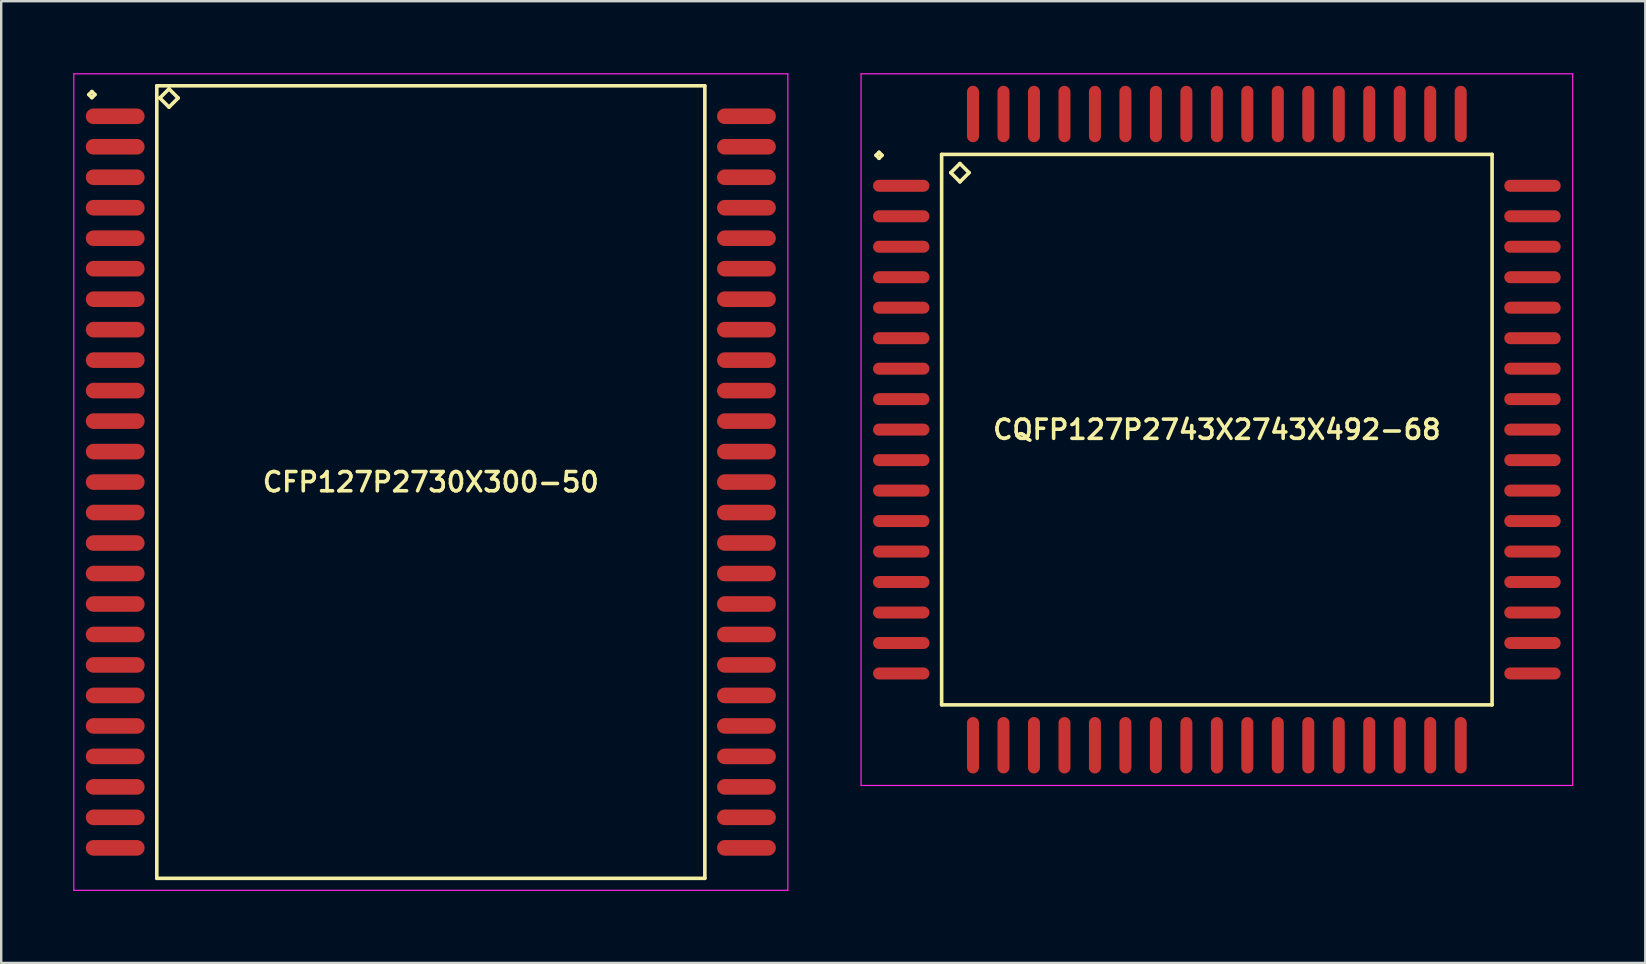
<source format=kicad_pcb>
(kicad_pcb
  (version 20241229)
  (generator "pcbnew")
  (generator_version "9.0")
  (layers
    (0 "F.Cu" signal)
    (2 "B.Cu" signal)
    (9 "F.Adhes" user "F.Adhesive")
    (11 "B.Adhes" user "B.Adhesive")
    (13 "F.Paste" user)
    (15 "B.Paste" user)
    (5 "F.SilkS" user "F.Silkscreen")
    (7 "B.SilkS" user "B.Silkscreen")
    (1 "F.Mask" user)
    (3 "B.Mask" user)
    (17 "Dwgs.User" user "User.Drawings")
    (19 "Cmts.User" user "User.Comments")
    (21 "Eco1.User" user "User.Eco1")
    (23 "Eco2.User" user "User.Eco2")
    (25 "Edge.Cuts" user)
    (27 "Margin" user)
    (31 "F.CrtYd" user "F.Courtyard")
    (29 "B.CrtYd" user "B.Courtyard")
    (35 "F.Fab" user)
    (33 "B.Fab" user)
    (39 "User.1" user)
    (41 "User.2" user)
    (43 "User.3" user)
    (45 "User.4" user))
  (footprint "CFP127P2730X300-50"
    (layer "F.Cu")
    (at 14.9 17.035)
    (property "Reference" "CFP127P2730X300-50" (at 0 0 0) (layer "F.SilkS") (effects (font (size 0.8 0.8) (thickness 0.15))))
    (attr smd)
    (fp_line (start -14.248 -16.144) (end -14.121 -16.271) (stroke (width 0.15) (type solid)) (layer "F.SilkS"))
    (fp_line (start -14.121 -16.271) (end -13.994 -16.144) (stroke (width 0.15) (type solid)) (layer "F.SilkS"))
    (fp_line (start -14.121 -16.017) (end -14.248 -16.144) (stroke (width 0.15) (type solid)) (layer "F.SilkS"))
    (fp_line (start -13.994 -16.144) (end -14.121 -16.017) (stroke (width 0.15) (type solid)) (layer "F.SilkS"))
    (fp_line (start -11.417 -16.51) (end -11.417 16.51) (stroke (width 0.15) (type solid)) (layer "F.SilkS"))
    (fp_line (start -11.417 16.51) (end 11.417 16.51) (stroke (width 0.15) (type solid)) (layer "F.SilkS"))
    (fp_line (start -11.29 -16.002) (end -10.909 -16.383) (stroke (width 0.15) (type solid)) (layer "F.SilkS"))
    (fp_line (start -10.909 -16.383) (end -10.528 -16.002) (stroke (width 0.15) (type solid)) (layer "F.SilkS"))
    (fp_line (start -10.909 -15.621) (end -11.29 -16.002) (stroke (width 0.15) (type solid)) (layer "F.SilkS"))
    (fp_line (start -10.528 -16.002) (end -10.909 -15.621) (stroke (width 0.15) (type solid)) (layer "F.SilkS"))
    (fp_line (start 11.417 -16.51) (end -11.417 -16.51) (stroke (width 0.15) (type solid)) (layer "F.SilkS"))
    (fp_line (start 11.417 16.51) (end 11.417 -16.51) (stroke (width 0.15) (type solid)) (layer "F.SilkS"))
    (fp_line (start -14.875 -17.01) (end 14.875 -17.01) (stroke (width 0.05) (type solid)) (layer "F.CrtYd"))
    (fp_line (start -14.875 17.01) (end -14.875 -17.01) (stroke (width 0.05) (type solid)) (layer "F.CrtYd"))
    (fp_line (start 14.875 -17.01) (end 14.875 17.01) (stroke (width 0.05) (type solid)) (layer "F.CrtYd"))
    (fp_line (start 14.875 17.01) (end -14.875 17.01) (stroke (width 0.05) (type solid)) (layer "F.CrtYd"))
    (pad "1" smd oval (at -13.15 -15.24) (size 2.45 0.65) (layers "F.Cu" "F.Mask" "F.Paste"))
    (pad "2" smd oval (at -13.15 -13.97) (size 2.45 0.65) (layers "F.Cu" "F.Mask" "F.Paste"))
    (pad "3" smd oval (at -13.15 -12.7) (size 2.45 0.65) (layers "F.Cu" "F.Mask" "F.Paste"))
    (pad "4" smd oval (at -13.15 -11.43) (size 2.45 0.65) (layers "F.Cu" "F.Mask" "F.Paste"))
    (pad "5" smd oval (at -13.15 -10.16) (size 2.45 0.65) (layers "F.Cu" "F.Mask" "F.Paste"))
    (pad "6" smd oval (at -13.15 -8.89) (size 2.45 0.65) (layers "F.Cu" "F.Mask" "F.Paste"))
    (pad "7" smd oval (at -13.15 -7.62) (size 2.45 0.65) (layers "F.Cu" "F.Mask" "F.Paste"))
    (pad "8" smd oval (at -13.15 -6.35) (size 2.45 0.65) (layers "F.Cu" "F.Mask" "F.Paste"))
    (pad "9" smd oval (at -13.15 -5.08) (size 2.45 0.65) (layers "F.Cu" "F.Mask" "F.Paste"))
    (pad "10" smd oval (at -13.15 -3.81) (size 2.45 0.65) (layers "F.Cu" "F.Mask" "F.Paste"))
    (pad "11" smd oval (at -13.15 -2.54) (size 2.45 0.65) (layers "F.Cu" "F.Mask" "F.Paste"))
    (pad "12" smd oval (at -13.15 -1.27) (size 2.45 0.65) (layers "F.Cu" "F.Mask" "F.Paste"))
    (pad "13" smd oval (at -13.15 0) (size 2.45 0.65) (layers "F.Cu" "F.Mask" "F.Paste"))
    (pad "14" smd oval (at -13.15 1.27) (size 2.45 0.65) (layers "F.Cu" "F.Mask" "F.Paste"))
    (pad "15" smd oval (at -13.15 2.54) (size 2.45 0.65) (layers "F.Cu" "F.Mask" "F.Paste"))
    (pad "16" smd oval (at -13.15 3.81) (size 2.45 0.65) (layers "F.Cu" "F.Mask" "F.Paste"))
    (pad "17" smd oval (at -13.15 5.08) (size 2.45 0.65) (layers "F.Cu" "F.Mask" "F.Paste"))
    (pad "18" smd oval (at -13.15 6.35) (size 2.45 0.65) (layers "F.Cu" "F.Mask" "F.Paste"))
    (pad "19" smd oval (at -13.15 7.62) (size 2.45 0.65) (layers "F.Cu" "F.Mask" "F.Paste"))
    (pad "20" smd oval (at -13.15 8.89) (size 2.45 0.65) (layers "F.Cu" "F.Mask" "F.Paste"))
    (pad "21" smd oval (at -13.15 10.16) (size 2.45 0.65) (layers "F.Cu" "F.Mask" "F.Paste"))
    (pad "22" smd oval (at -13.15 11.43) (size 2.45 0.65) (layers "F.Cu" "F.Mask" "F.Paste"))
    (pad "23" smd oval (at -13.15 12.7) (size 2.45 0.65) (layers "F.Cu" "F.Mask" "F.Paste"))
    (pad "24" smd oval (at -13.15 13.97) (size 2.45 0.65) (layers "F.Cu" "F.Mask" "F.Paste"))
    (pad "25" smd oval (at -13.15 15.24) (size 2.45 0.65) (layers "F.Cu" "F.Mask" "F.Paste"))
    (pad "26" smd oval (at 13.15 15.24) (size 2.45 0.65) (layers "F.Cu" "F.Mask" "F.Paste"))
    (pad "27" smd oval (at 13.15 13.97) (size 2.45 0.65) (layers "F.Cu" "F.Mask" "F.Paste"))
    (pad "28" smd oval (at 13.15 12.7) (size 2.45 0.65) (layers "F.Cu" "F.Mask" "F.Paste"))
    (pad "29" smd oval (at 13.15 11.43) (size 2.45 0.65) (layers "F.Cu" "F.Mask" "F.Paste"))
    (pad "30" smd oval (at 13.15 10.16) (size 2.45 0.65) (layers "F.Cu" "F.Mask" "F.Paste"))
    (pad "31" smd oval (at 13.15 8.89) (size 2.45 0.65) (layers "F.Cu" "F.Mask" "F.Paste"))
    (pad "32" smd oval (at 13.15 7.62) (size 2.45 0.65) (layers "F.Cu" "F.Mask" "F.Paste"))
    (pad "33" smd oval (at 13.15 6.35) (size 2.45 0.65) (layers "F.Cu" "F.Mask" "F.Paste"))
    (pad "34" smd oval (at 13.15 5.08) (size 2.45 0.65) (layers "F.Cu" "F.Mask" "F.Paste"))
    (pad "35" smd oval (at 13.15 3.81) (size 2.45 0.65) (layers "F.Cu" "F.Mask" "F.Paste"))
    (pad "36" smd oval (at 13.15 2.54) (size 2.45 0.65) (layers "F.Cu" "F.Mask" "F.Paste"))
    (pad "37" smd oval (at 13.15 1.27) (size 2.45 0.65) (layers "F.Cu" "F.Mask" "F.Paste"))
    (pad "38" smd oval (at 13.15 0) (size 2.45 0.65) (layers "F.Cu" "F.Mask" "F.Paste"))
    (pad "39" smd oval (at 13.15 -1.27) (size 2.45 0.65) (layers "F.Cu" "F.Mask" "F.Paste"))
    (pad "40" smd oval (at 13.15 -2.54) (size 2.45 0.65) (layers "F.Cu" "F.Mask" "F.Paste"))
    (pad "41" smd oval (at 13.15 -3.81) (size 2.45 0.65) (layers "F.Cu" "F.Mask" "F.Paste"))
    (pad "42" smd oval (at 13.15 -5.08) (size 2.45 0.65) (layers "F.Cu" "F.Mask" "F.Paste"))
    (pad "43" smd oval (at 13.15 -6.35) (size 2.45 0.65) (layers "F.Cu" "F.Mask" "F.Paste"))
    (pad "44" smd oval (at 13.15 -7.62) (size 2.45 0.65) (layers "F.Cu" "F.Mask" "F.Paste"))
    (pad "45" smd oval (at 13.15 -8.89) (size 2.45 0.65) (layers "F.Cu" "F.Mask" "F.Paste"))
    (pad "46" smd oval (at 13.15 -10.16) (size 2.45 0.65) (layers "F.Cu" "F.Mask" "F.Paste"))
    (pad "47" smd oval (at 13.15 -11.43) (size 2.45 0.65) (layers "F.Cu" "F.Mask" "F.Paste"))
    (pad "48" smd oval (at 13.15 -12.7) (size 2.45 0.65) (layers "F.Cu" "F.Mask" "F.Paste"))
    (pad "49" smd oval (at 13.15 -13.97) (size 2.45 0.65) (layers "F.Cu" "F.Mask" "F.Paste"))
    (pad "50" smd oval (at 13.15 -15.24) (size 2.45 0.65) (layers "F.Cu" "F.Mask" "F.Paste")))
  (footprint "CQFP127P2743X2743X492-68"
    (layer "F.Cu")
    (at 47.65 14.85)
    (property "Reference" "CQFP127P2743X2743X492-68" (at 0 0 0) (layer "F.SilkS") (effects (font (size 0.8 0.8) (thickness 0.15))))
    (attr smd)
    (fp_line (start -14.2 -11.43) (end -14.075 -11.555) (stroke (width 0.15) (type solid)) (layer "F.SilkS"))
    (fp_line (start -14.075 -11.555) (end -13.95 -11.43) (stroke (width 0.15) (type solid)) (layer "F.SilkS"))
    (fp_line (start -14.075 -11.305) (end -14.2 -11.43) (stroke (width 0.15) (type solid)) (layer "F.SilkS"))
    (fp_line (start -13.95 -11.43) (end -14.075 -11.305) (stroke (width 0.15) (type solid)) (layer "F.SilkS"))
    (fp_line (start -11.467 -11.467) (end -11.467 11.467) (stroke (width 0.15) (type solid)) (layer "F.SilkS"))
    (fp_line (start -11.467 11.467) (end 11.467 11.467) (stroke (width 0.15) (type solid)) (layer "F.SilkS"))
    (fp_line (start -11.086 -10.705) (end -10.705 -11.086) (stroke (width 0.15) (type solid)) (layer "F.SilkS"))
    (fp_line (start -10.705 -11.086) (end -10.324 -10.705) (stroke (width 0.15) (type solid)) (layer "F.SilkS"))
    (fp_line (start -10.705 -10.324) (end -11.086 -10.705) (stroke (width 0.15) (type solid)) (layer "F.SilkS"))
    (fp_line (start -10.324 -10.705) (end -10.705 -10.324) (stroke (width 0.15) (type solid)) (layer "F.SilkS"))
    (fp_line (start 11.467 -11.467) (end -11.467 -11.467) (stroke (width 0.15) (type solid)) (layer "F.SilkS"))
    (fp_line (start 11.467 11.467) (end 11.467 -11.467) (stroke (width 0.15) (type solid)) (layer "F.SilkS"))
    (fp_line (start -14.825 -14.825) (end 14.825 -14.825) (stroke (width 0.05) (type solid)) (layer "F.CrtYd"))
    (fp_line (start -14.825 14.825) (end -14.825 -14.825) (stroke (width 0.05) (type solid)) (layer "F.CrtYd"))
    (fp_line (start 14.825 -14.825) (end 14.825 14.825) (stroke (width 0.05) (type solid)) (layer "F.CrtYd"))
    (fp_line (start 14.825 14.825) (end -14.825 14.825) (stroke (width 0.05) (type solid)) (layer "F.CrtYd"))
    (pad "1" smd oval (at -13.15 -10.16) (size 2.35 0.5) (layers "F.Cu" "F.Mask" "F.Paste"))
    (pad "2" smd oval (at -13.15 -8.89) (size 2.35 0.5) (layers "F.Cu" "F.Mask" "F.Paste"))
    (pad "3" smd oval (at -13.15 -7.62) (size 2.35 0.5) (layers "F.Cu" "F.Mask" "F.Paste"))
    (pad "4" smd oval (at -13.15 -6.35) (size 2.35 0.5) (layers "F.Cu" "F.Mask" "F.Paste"))
    (pad "5" smd oval (at -13.15 -5.08) (size 2.35 0.5) (layers "F.Cu" "F.Mask" "F.Paste"))
    (pad "6" smd oval (at -13.15 -3.81) (size 2.35 0.5) (layers "F.Cu" "F.Mask" "F.Paste"))
    (pad "7" smd oval (at -13.15 -2.54) (size 2.35 0.5) (layers "F.Cu" "F.Mask" "F.Paste"))
    (pad "8" smd oval (at -13.15 -1.27) (size 2.35 0.5) (layers "F.Cu" "F.Mask" "F.Paste"))
    (pad "9" smd oval (at -13.15 0) (size 2.35 0.5) (layers "F.Cu" "F.Mask" "F.Paste"))
    (pad "10" smd oval (at -13.15 1.27) (size 2.35 0.5) (layers "F.Cu" "F.Mask" "F.Paste"))
    (pad "11" smd oval (at -13.15 2.54) (size 2.35 0.5) (layers "F.Cu" "F.Mask" "F.Paste"))
    (pad "12" smd oval (at -13.15 3.81) (size 2.35 0.5) (layers "F.Cu" "F.Mask" "F.Paste"))
    (pad "13" smd oval (at -13.15 5.08) (size 2.35 0.5) (layers "F.Cu" "F.Mask" "F.Paste"))
    (pad "14" smd oval (at -13.15 6.35) (size 2.35 0.5) (layers "F.Cu" "F.Mask" "F.Paste"))
    (pad "15" smd oval (at -13.15 7.62) (size 2.35 0.5) (layers "F.Cu" "F.Mask" "F.Paste"))
    (pad "16" smd oval (at -13.15 8.89) (size 2.35 0.5) (layers "F.Cu" "F.Mask" "F.Paste"))
    (pad "17" smd oval (at -13.15 10.16) (size 2.35 0.5) (layers "F.Cu" "F.Mask" "F.Paste"))
    (pad "18" smd oval (at -10.16 13.15) (size 0.5 2.35) (layers "F.Cu" "F.Mask" "F.Paste"))
    (pad "19" smd oval (at -8.89 13.15) (size 0.5 2.35) (layers "F.Cu" "F.Mask" "F.Paste"))
    (pad "20" smd oval (at -7.62 13.15) (size 0.5 2.35) (layers "F.Cu" "F.Mask" "F.Paste"))
    (pad "21" smd oval (at -6.35 13.15) (size 0.5 2.35) (layers "F.Cu" "F.Mask" "F.Paste"))
    (pad "22" smd oval (at -5.08 13.15) (size 0.5 2.35) (layers "F.Cu" "F.Mask" "F.Paste"))
    (pad "23" smd oval (at -3.81 13.15) (size 0.5 2.35) (layers "F.Cu" "F.Mask" "F.Paste"))
    (pad "24" smd oval (at -2.54 13.15) (size 0.5 2.35) (layers "F.Cu" "F.Mask" "F.Paste"))
    (pad "25" smd oval (at -1.27 13.15) (size 0.5 2.35) (layers "F.Cu" "F.Mask" "F.Paste"))
    (pad "26" smd oval (at 0 13.15) (size 0.5 2.35) (layers "F.Cu" "F.Mask" "F.Paste"))
    (pad "27" smd oval (at 1.27 13.15) (size 0.5 2.35) (layers "F.Cu" "F.Mask" "F.Paste"))
    (pad "28" smd oval (at 2.54 13.15) (size 0.5 2.35) (layers "F.Cu" "F.Mask" "F.Paste"))
    (pad "29" smd oval (at 3.81 13.15) (size 0.5 2.35) (layers "F.Cu" "F.Mask" "F.Paste"))
    (pad "30" smd oval (at 5.08 13.15) (size 0.5 2.35) (layers "F.Cu" "F.Mask" "F.Paste"))
    (pad "31" smd oval (at 6.35 13.15) (size 0.5 2.35) (layers "F.Cu" "F.Mask" "F.Paste"))
    (pad "32" smd oval (at 7.62 13.15) (size 0.5 2.35) (layers "F.Cu" "F.Mask" "F.Paste"))
    (pad "33" smd oval (at 8.89 13.15) (size 0.5 2.35) (layers "F.Cu" "F.Mask" "F.Paste"))
    (pad "34" smd oval (at 10.16 13.15) (size 0.5 2.35) (layers "F.Cu" "F.Mask" "F.Paste"))
    (pad "35" smd oval (at 13.15 10.16) (size 2.35 0.5) (layers "F.Cu" "F.Mask" "F.Paste"))
    (pad "36" smd oval (at 13.15 8.89) (size 2.35 0.5) (layers "F.Cu" "F.Mask" "F.Paste"))
    (pad "37" smd oval (at 13.15 7.62) (size 2.35 0.5) (layers "F.Cu" "F.Mask" "F.Paste"))
    (pad "38" smd oval (at 13.15 6.35) (size 2.35 0.5) (layers "F.Cu" "F.Mask" "F.Paste"))
    (pad "39" smd oval (at 13.15 5.08) (size 2.35 0.5) (layers "F.Cu" "F.Mask" "F.Paste"))
    (pad "40" smd oval (at 13.15 3.81) (size 2.35 0.5) (layers "F.Cu" "F.Mask" "F.Paste"))
    (pad "41" smd oval (at 13.15 2.54) (size 2.35 0.5) (layers "F.Cu" "F.Mask" "F.Paste"))
    (pad "42" smd oval (at 13.15 1.27) (size 2.35 0.5) (layers "F.Cu" "F.Mask" "F.Paste"))
    (pad "43" smd oval (at 13.15 0) (size 2.35 0.5) (layers "F.Cu" "F.Mask" "F.Paste"))
    (pad "44" smd oval (at 13.15 -1.27) (size 2.35 0.5) (layers "F.Cu" "F.Mask" "F.Paste"))
    (pad "45" smd oval (at 13.15 -2.54) (size 2.35 0.5) (layers "F.Cu" "F.Mask" "F.Paste"))
    (pad "46" smd oval (at 13.15 -3.81) (size 2.35 0.5) (layers "F.Cu" "F.Mask" "F.Paste"))
    (pad "47" smd oval (at 13.15 -5.08) (size 2.35 0.5) (layers "F.Cu" "F.Mask" "F.Paste"))
    (pad "48" smd oval (at 13.15 -6.35) (size 2.35 0.5) (layers "F.Cu" "F.Mask" "F.Paste"))
    (pad "49" smd oval (at 13.15 -7.62) (size 2.35 0.5) (layers "F.Cu" "F.Mask" "F.Paste"))
    (pad "50" smd oval (at 13.15 -8.89) (size 2.35 0.5) (layers "F.Cu" "F.Mask" "F.Paste"))
    (pad "51" smd oval (at 13.15 -10.16) (size 2.35 0.5) (layers "F.Cu" "F.Mask" "F.Paste"))
    (pad "52" smd oval (at 10.16 -13.15) (size 0.5 2.35) (layers "F.Cu" "F.Mask" "F.Paste"))
    (pad "53" smd oval (at 8.89 -13.15) (size 0.5 2.35) (layers "F.Cu" "F.Mask" "F.Paste"))
    (pad "54" smd oval (at 7.62 -13.15) (size 0.5 2.35) (layers "F.Cu" "F.Mask" "F.Paste"))
    (pad "55" smd oval (at 6.35 -13.15) (size 0.5 2.35) (layers "F.Cu" "F.Mask" "F.Paste"))
    (pad "56" smd oval (at 5.08 -13.15) (size 0.5 2.35) (layers "F.Cu" "F.Mask" "F.Paste"))
    (pad "57" smd oval (at 3.81 -13.15) (size 0.5 2.35) (layers "F.Cu" "F.Mask" "F.Paste"))
    (pad "58" smd oval (at 2.54 -13.15) (size 0.5 2.35) (layers "F.Cu" "F.Mask" "F.Paste"))
    (pad "59" smd oval (at 1.27 -13.15) (size 0.5 2.35) (layers "F.Cu" "F.Mask" "F.Paste"))
    (pad "60" smd oval (at 0 -13.15) (size 0.5 2.35) (layers "F.Cu" "F.Mask" "F.Paste"))
    (pad "61" smd oval (at -1.27 -13.15) (size 0.5 2.35) (layers "F.Cu" "F.Mask" "F.Paste"))
    (pad "62" smd oval (at -2.54 -13.15) (size 0.5 2.35) (layers "F.Cu" "F.Mask" "F.Paste"))
    (pad "63" smd oval (at -3.81 -13.15) (size 0.5 2.35) (layers "F.Cu" "F.Mask" "F.Paste"))
    (pad "64" smd oval (at -5.08 -13.15) (size 0.5 2.35) (layers "F.Cu" "F.Mask" "F.Paste"))
    (pad "65" smd oval (at -6.35 -13.15) (size 0.5 2.35) (layers "F.Cu" "F.Mask" "F.Paste"))
    (pad "66" smd oval (at -7.62 -13.15) (size 0.5 2.35) (layers "F.Cu" "F.Mask" "F.Paste"))
    (pad "67" smd oval (at -8.89 -13.15) (size 0.5 2.35) (layers "F.Cu" "F.Mask" "F.Paste"))
    (pad "68" smd oval (at -10.16 -13.15) (size 0.5 2.35) (layers "F.Cu" "F.Mask" "F.Paste")))
  (gr_rect
    (start -3 -3)
    (end 65.5 37.07)
    (stroke (width 0.1) (type default))
    (fill no)
    (layer "Edge.Cuts")))
</source>
